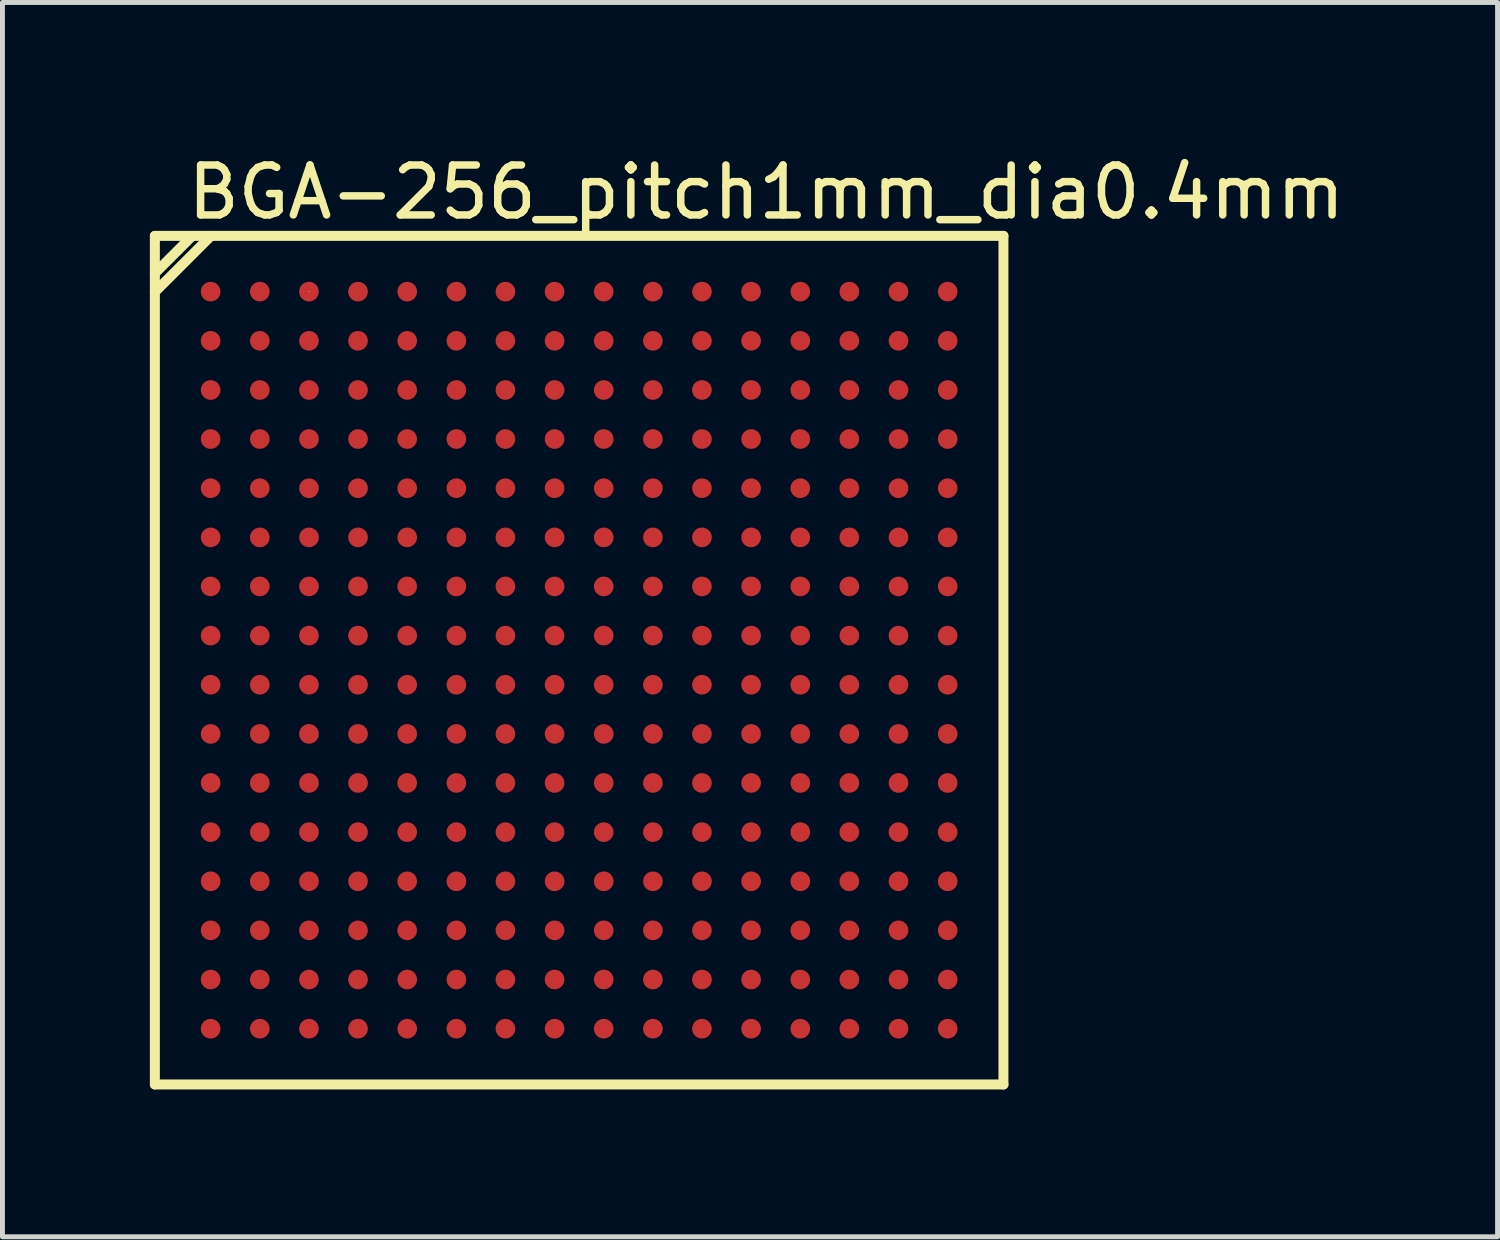
<source format=kicad_pcb>
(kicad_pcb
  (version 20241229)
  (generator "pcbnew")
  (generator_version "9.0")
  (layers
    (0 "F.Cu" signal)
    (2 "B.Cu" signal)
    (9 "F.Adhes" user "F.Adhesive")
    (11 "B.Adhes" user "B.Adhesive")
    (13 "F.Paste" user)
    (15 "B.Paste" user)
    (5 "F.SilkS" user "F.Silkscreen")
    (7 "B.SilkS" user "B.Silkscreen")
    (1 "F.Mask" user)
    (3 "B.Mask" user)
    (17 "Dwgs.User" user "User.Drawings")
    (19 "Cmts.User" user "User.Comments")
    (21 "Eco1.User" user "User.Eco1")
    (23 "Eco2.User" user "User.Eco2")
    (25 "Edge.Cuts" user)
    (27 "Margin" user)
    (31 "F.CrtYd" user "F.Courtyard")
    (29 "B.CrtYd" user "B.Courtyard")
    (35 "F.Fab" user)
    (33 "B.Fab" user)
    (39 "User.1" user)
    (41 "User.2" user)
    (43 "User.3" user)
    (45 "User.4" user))
  (footprint "BGA-256_pitch1mm_dia0.4mm"
    (layer "F.Cu")
    (at 8.738 10.387)
    (property "Reference" "BGA-256_pitch1mm_dia0.4mm" (at 3.81 -9.525 0) (layer "F.SilkS") (effects (font (size 1.016 1.016) (thickness 0.152))))
    (attr smd)
    (fp_line (start -8.636 -8.636) (end 8.636 -8.636) (stroke (width 0.203) (type solid)) (layer "F.SilkS"))
    (fp_line (start -8.636 -7.874) (end -7.874 -8.636) (stroke (width 0.203) (type solid)) (layer "F.SilkS"))
    (fp_line (start -8.636 -7.493) (end -7.493 -8.636) (stroke (width 0.203) (type solid)) (layer "F.SilkS"))
    (fp_line (start -8.636 8.636) (end -8.636 -8.636) (stroke (width 0.203) (type solid)) (layer "F.SilkS"))
    (fp_line (start -5.499 -7.501) (end -5.489 -7.501) (stroke (width 0.013) (type solid)) (layer "F.SilkS"))
    (fp_line (start 8.636 -8.636) (end 8.636 8.636) (stroke (width 0.203) (type solid)) (layer "F.SilkS"))
    (fp_line (start 8.636 8.636) (end -8.636 8.636) (stroke (width 0.203) (type solid)) (layer "F.SilkS"))
    (pad "A1" smd circle (at -7.501 -7.501) (size 0.4 0.4) (layers "F.Cu" "F.Mask" "F.Paste"))
    (pad "A2" smd circle (at -6.5 -7.501) (size 0.4 0.4) (layers "F.Cu" "F.Mask" "F.Paste"))
    (pad "A3" smd circle (at -5.499 -7.501) (size 0.4 0.4) (layers "F.Cu" "F.Mask" "F.Paste"))
    (pad "A4" smd circle (at -4.501 -7.501) (size 0.4 0.4) (layers "F.Cu" "F.Mask" "F.Paste"))
    (pad "A5" smd circle (at -3.5 -7.501) (size 0.4 0.4) (layers "F.Cu" "F.Mask" "F.Paste"))
    (pad "A6" smd circle (at -2.499 -7.501) (size 0.4 0.4) (layers "F.Cu" "F.Mask" "F.Paste"))
    (pad "A7" smd circle (at -1.501 -7.501) (size 0.4 0.4) (layers "F.Cu" "F.Mask" "F.Paste"))
    (pad "A8" smd circle (at -0.5 -7.501) (size 0.4 0.4) (layers "F.Cu" "F.Mask" "F.Paste"))
    (pad "A9" smd circle (at 0.5 -7.501) (size 0.4 0.4) (layers "F.Cu" "F.Mask" "F.Paste"))
    (pad "A10" smd circle (at 1.501 -7.501) (size 0.4 0.4) (layers "F.Cu" "F.Mask" "F.Paste"))
    (pad "A11" smd circle (at 2.499 -7.501) (size 0.4 0.4) (layers "F.Cu" "F.Mask" "F.Paste"))
    (pad "A12" smd circle (at 3.5 -7.501) (size 0.4 0.4) (layers "F.Cu" "F.Mask" "F.Paste"))
    (pad "A13" smd circle (at 4.501 -7.501) (size 0.4 0.4) (layers "F.Cu" "F.Mask" "F.Paste"))
    (pad "A14" smd circle (at 5.499 -7.501) (size 0.4 0.4) (layers "F.Cu" "F.Mask" "F.Paste"))
    (pad "A15" smd circle (at 6.5 -7.501) (size 0.4 0.4) (layers "F.Cu" "F.Mask" "F.Paste"))
    (pad "A16" smd circle (at 7.501 -7.501) (size 0.4 0.4) (layers "F.Cu" "F.Mask" "F.Paste"))
    (pad "B1" smd circle (at -7.501 -6.5) (size 0.4 0.4) (layers "F.Cu" "F.Mask" "F.Paste"))
    (pad "B2" smd circle (at -6.5 -6.5) (size 0.4 0.4) (layers "F.Cu" "F.Mask" "F.Paste"))
    (pad "B3" smd circle (at -5.499 -6.5) (size 0.4 0.4) (layers "F.Cu" "F.Mask" "F.Paste"))
    (pad "B4" smd circle (at -4.501 -6.5) (size 0.4 0.4) (layers "F.Cu" "F.Mask" "F.Paste"))
    (pad "B5" smd circle (at -3.5 -6.5) (size 0.4 0.4) (layers "F.Cu" "F.Mask" "F.Paste"))
    (pad "B6" smd circle (at -2.499 -6.5) (size 0.4 0.4) (layers "F.Cu" "F.Mask" "F.Paste"))
    (pad "B7" smd circle (at -1.501 -6.5) (size 0.4 0.4) (layers "F.Cu" "F.Mask" "F.Paste"))
    (pad "B8" smd circle (at -0.5 -6.5) (size 0.4 0.4) (layers "F.Cu" "F.Mask" "F.Paste"))
    (pad "B9" smd circle (at 0.5 -6.5) (size 0.4 0.4) (layers "F.Cu" "F.Mask" "F.Paste"))
    (pad "B10" smd circle (at 1.501 -6.5) (size 0.4 0.4) (layers "F.Cu" "F.Mask" "F.Paste"))
    (pad "B11" smd circle (at 2.499 -6.5) (size 0.4 0.4) (layers "F.Cu" "F.Mask" "F.Paste"))
    (pad "B12" smd circle (at 3.5 -6.5) (size 0.4 0.4) (layers "F.Cu" "F.Mask" "F.Paste"))
    (pad "B13" smd circle (at 4.501 -6.5) (size 0.4 0.4) (layers "F.Cu" "F.Mask" "F.Paste"))
    (pad "B14" smd circle (at 5.499 -6.5) (size 0.4 0.4) (layers "F.Cu" "F.Mask" "F.Paste"))
    (pad "B15" smd circle (at 6.5 -6.5) (size 0.4 0.4) (layers "F.Cu" "F.Mask" "F.Paste"))
    (pad "B16" smd circle (at 7.501 -6.5) (size 0.4 0.4) (layers "F.Cu" "F.Mask" "F.Paste"))
    (pad "C1" smd circle (at -7.501 -5.499) (size 0.4 0.4) (layers "F.Cu" "F.Mask" "F.Paste"))
    (pad "C2" smd circle (at -6.5 -5.499) (size 0.4 0.4) (layers "F.Cu" "F.Mask" "F.Paste"))
    (pad "C3" smd circle (at -5.499 -5.499) (size 0.4 0.4) (layers "F.Cu" "F.Mask" "F.Paste"))
    (pad "C4" smd circle (at -4.501 -5.499) (size 0.4 0.4) (layers "F.Cu" "F.Mask" "F.Paste"))
    (pad "C5" smd circle (at -3.5 -5.499) (size 0.4 0.4) (layers "F.Cu" "F.Mask" "F.Paste"))
    (pad "C6" smd circle (at -2.499 -5.499) (size 0.4 0.4) (layers "F.Cu" "F.Mask" "F.Paste"))
    (pad "C7" smd circle (at -1.501 -5.499) (size 0.4 0.4) (layers "F.Cu" "F.Mask" "F.Paste"))
    (pad "C8" smd circle (at -0.5 -5.499) (size 0.4 0.4) (layers "F.Cu" "F.Mask" "F.Paste"))
    (pad "C9" smd circle (at 0.5 -5.499) (size 0.4 0.4) (layers "F.Cu" "F.Mask" "F.Paste"))
    (pad "C10" smd circle (at 1.501 -5.499) (size 0.4 0.4) (layers "F.Cu" "F.Mask" "F.Paste"))
    (pad "C11" smd circle (at 2.499 -5.499) (size 0.4 0.4) (layers "F.Cu" "F.Mask" "F.Paste"))
    (pad "C12" smd circle (at 3.5 -5.499) (size 0.4 0.4) (layers "F.Cu" "F.Mask" "F.Paste"))
    (pad "C13" smd circle (at 4.501 -5.499) (size 0.4 0.4) (layers "F.Cu" "F.Mask" "F.Paste"))
    (pad "C14" smd circle (at 5.499 -5.499) (size 0.4 0.4) (layers "F.Cu" "F.Mask" "F.Paste"))
    (pad "C15" smd circle (at 6.5 -5.499) (size 0.4 0.4) (layers "F.Cu" "F.Mask" "F.Paste"))
    (pad "C16" smd circle (at 7.501 -5.499) (size 0.4 0.4) (layers "F.Cu" "F.Mask" "F.Paste"))
    (pad "D1" smd circle (at -7.501 -4.501) (size 0.4 0.4) (layers "F.Cu" "F.Mask" "F.Paste"))
    (pad "D2" smd circle (at -6.5 -4.501) (size 0.4 0.4) (layers "F.Cu" "F.Mask" "F.Paste"))
    (pad "D3" smd circle (at -5.499 -4.501) (size 0.4 0.4) (layers "F.Cu" "F.Mask" "F.Paste"))
    (pad "D4" smd circle (at -4.501 -4.501) (size 0.4 0.4) (layers "F.Cu" "F.Mask" "F.Paste"))
    (pad "D5" smd circle (at -3.5 -4.501) (size 0.4 0.4) (layers "F.Cu" "F.Mask" "F.Paste"))
    (pad "D6" smd circle (at -2.499 -4.501) (size 0.4 0.4) (layers "F.Cu" "F.Mask" "F.Paste"))
    (pad "D7" smd circle (at -1.501 -4.501) (size 0.4 0.4) (layers "F.Cu" "F.Mask" "F.Paste"))
    (pad "D8" smd circle (at -0.5 -4.501) (size 0.4 0.4) (layers "F.Cu" "F.Mask" "F.Paste"))
    (pad "D9" smd circle (at 0.5 -4.501) (size 0.4 0.4) (layers "F.Cu" "F.Mask" "F.Paste"))
    (pad "D10" smd circle (at 1.501 -4.501) (size 0.4 0.4) (layers "F.Cu" "F.Mask" "F.Paste"))
    (pad "D11" smd circle (at 2.499 -4.501) (size 0.4 0.4) (layers "F.Cu" "F.Mask" "F.Paste"))
    (pad "D12" smd circle (at 3.5 -4.501) (size 0.4 0.4) (layers "F.Cu" "F.Mask" "F.Paste"))
    (pad "D13" smd circle (at 4.501 -4.501) (size 0.4 0.4) (layers "F.Cu" "F.Mask" "F.Paste"))
    (pad "D14" smd circle (at 5.499 -4.501) (size 0.4 0.4) (layers "F.Cu" "F.Mask" "F.Paste"))
    (pad "D15" smd circle (at 6.5 -4.501) (size 0.4 0.4) (layers "F.Cu" "F.Mask" "F.Paste"))
    (pad "D16" smd circle (at 7.501 -4.501) (size 0.4 0.4) (layers "F.Cu" "F.Mask" "F.Paste"))
    (pad "E1" smd circle (at -7.501 -3.5) (size 0.4 0.4) (layers "F.Cu" "F.Mask" "F.Paste"))
    (pad "E2" smd circle (at -6.5 -3.5) (size 0.4 0.4) (layers "F.Cu" "F.Mask" "F.Paste"))
    (pad "E3" smd circle (at -5.499 -3.5) (size 0.4 0.4) (layers "F.Cu" "F.Mask" "F.Paste"))
    (pad "E4" smd circle (at -4.501 -3.5) (size 0.4 0.4) (layers "F.Cu" "F.Mask" "F.Paste"))
    (pad "E5" smd circle (at -3.5 -3.5) (size 0.4 0.4) (layers "F.Cu" "F.Mask" "F.Paste"))
    (pad "E6" smd circle (at -2.499 -3.5) (size 0.4 0.4) (layers "F.Cu" "F.Mask" "F.Paste"))
    (pad "E7" smd circle (at -1.501 -3.5) (size 0.4 0.4) (layers "F.Cu" "F.Mask" "F.Paste"))
    (pad "E8" smd circle (at -0.5 -3.5) (size 0.4 0.4) (layers "F.Cu" "F.Mask" "F.Paste"))
    (pad "E9" smd circle (at 0.5 -3.5) (size 0.4 0.4) (layers "F.Cu" "F.Mask" "F.Paste"))
    (pad "E10" smd circle (at 1.501 -3.5) (size 0.4 0.4) (layers "F.Cu" "F.Mask" "F.Paste"))
    (pad "E11" smd circle (at 2.499 -3.5) (size 0.4 0.4) (layers "F.Cu" "F.Mask" "F.Paste"))
    (pad "E12" smd circle (at 3.5 -3.5) (size 0.4 0.4) (layers "F.Cu" "F.Mask" "F.Paste"))
    (pad "E13" smd circle (at 4.501 -3.5) (size 0.4 0.4) (layers "F.Cu" "F.Mask" "F.Paste"))
    (pad "E14" smd circle (at 5.499 -3.5) (size 0.4 0.4) (layers "F.Cu" "F.Mask" "F.Paste"))
    (pad "E15" smd circle (at 6.5 -3.5) (size 0.4 0.4) (layers "F.Cu" "F.Mask" "F.Paste"))
    (pad "E16" smd circle (at 7.501 -3.5) (size 0.4 0.4) (layers "F.Cu" "F.Mask" "F.Paste"))
    (pad "F1" smd circle (at -7.501 -2.499) (size 0.4 0.4) (layers "F.Cu" "F.Mask" "F.Paste"))
    (pad "F2" smd circle (at -6.5 -2.499) (size 0.4 0.4) (layers "F.Cu" "F.Mask" "F.Paste"))
    (pad "F3" smd circle (at -5.499 -2.499) (size 0.4 0.4) (layers "F.Cu" "F.Mask" "F.Paste"))
    (pad "F4" smd circle (at -4.501 -2.499) (size 0.4 0.4) (layers "F.Cu" "F.Mask" "F.Paste"))
    (pad "F5" smd circle (at -3.5 -2.499) (size 0.4 0.4) (layers "F.Cu" "F.Mask" "F.Paste"))
    (pad "F6" smd circle (at -2.499 -2.499) (size 0.4 0.4) (layers "F.Cu" "F.Mask" "F.Paste"))
    (pad "F7" smd circle (at -1.501 -2.499) (size 0.4 0.4) (layers "F.Cu" "F.Mask" "F.Paste"))
    (pad "F8" smd circle (at -0.5 -2.499) (size 0.4 0.4) (layers "F.Cu" "F.Mask" "F.Paste"))
    (pad "F9" smd circle (at 0.5 -2.499) (size 0.4 0.4) (layers "F.Cu" "F.Mask" "F.Paste"))
    (pad "F10" smd circle (at 1.501 -2.499) (size 0.4 0.4) (layers "F.Cu" "F.Mask" "F.Paste"))
    (pad "F11" smd circle (at 2.499 -2.499) (size 0.4 0.4) (layers "F.Cu" "F.Mask" "F.Paste"))
    (pad "F12" smd circle (at 3.5 -2.499) (size 0.4 0.4) (layers "F.Cu" "F.Mask" "F.Paste"))
    (pad "F13" smd circle (at 4.501 -2.499) (size 0.4 0.4) (layers "F.Cu" "F.Mask" "F.Paste"))
    (pad "F14" smd circle (at 5.499 -2.499) (size 0.4 0.4) (layers "F.Cu" "F.Mask" "F.Paste"))
    (pad "F15" smd circle (at 6.5 -2.499) (size 0.4 0.4) (layers "F.Cu" "F.Mask" "F.Paste"))
    (pad "F16" smd circle (at 7.501 -2.499) (size 0.4 0.4) (layers "F.Cu" "F.Mask" "F.Paste"))
    (pad "G1" smd circle (at -7.501 -1.501) (size 0.4 0.4) (layers "F.Cu" "F.Mask" "F.Paste"))
    (pad "G2" smd circle (at -6.5 -1.501) (size 0.4 0.4) (layers "F.Cu" "F.Mask" "F.Paste"))
    (pad "G3" smd circle (at -5.499 -1.501) (size 0.4 0.4) (layers "F.Cu" "F.Mask" "F.Paste"))
    (pad "G4" smd circle (at -4.501 -1.501) (size 0.4 0.4) (layers "F.Cu" "F.Mask" "F.Paste"))
    (pad "G5" smd circle (at -3.5 -1.501) (size 0.4 0.4) (layers "F.Cu" "F.Mask" "F.Paste"))
    (pad "G6" smd circle (at -2.499 -1.501) (size 0.4 0.4) (layers "F.Cu" "F.Mask" "F.Paste"))
    (pad "G7" smd circle (at -1.501 -1.501) (size 0.4 0.4) (layers "F.Cu" "F.Mask" "F.Paste"))
    (pad "G8" smd circle (at -0.5 -1.501) (size 0.4 0.4) (layers "F.Cu" "F.Mask" "F.Paste"))
    (pad "G9" smd circle (at 0.5 -1.501) (size 0.4 0.4) (layers "F.Cu" "F.Mask" "F.Paste"))
    (pad "G10" smd circle (at 1.501 -1.501) (size 0.4 0.4) (layers "F.Cu" "F.Mask" "F.Paste"))
    (pad "G11" smd circle (at 2.499 -1.501) (size 0.4 0.4) (layers "F.Cu" "F.Mask" "F.Paste"))
    (pad "G12" smd circle (at 3.5 -1.501) (size 0.4 0.4) (layers "F.Cu" "F.Mask" "F.Paste"))
    (pad "G13" smd circle (at 4.501 -1.501) (size 0.4 0.4) (layers "F.Cu" "F.Mask" "F.Paste"))
    (pad "G14" smd circle (at 5.499 -1.501) (size 0.4 0.4) (layers "F.Cu" "F.Mask" "F.Paste"))
    (pad "G15" smd circle (at 6.5 -1.501) (size 0.4 0.4) (layers "F.Cu" "F.Mask" "F.Paste"))
    (pad "G16" smd circle (at 7.501 -1.501) (size 0.4 0.4) (layers "F.Cu" "F.Mask" "F.Paste"))
    (pad "H1" smd circle (at -7.501 -0.5) (size 0.4 0.4) (layers "F.Cu" "F.Mask" "F.Paste"))
    (pad "H2" smd circle (at -6.5 -0.5) (size 0.4 0.4) (layers "F.Cu" "F.Mask" "F.Paste"))
    (pad "H3" smd circle (at -5.499 -0.5) (size 0.4 0.4) (layers "F.Cu" "F.Mask" "F.Paste"))
    (pad "H4" smd circle (at -4.501 -0.5) (size 0.4 0.4) (layers "F.Cu" "F.Mask" "F.Paste"))
    (pad "H5" smd circle (at -3.5 -0.5) (size 0.4 0.4) (layers "F.Cu" "F.Mask" "F.Paste"))
    (pad "H6" smd circle (at -2.499 -0.5) (size 0.4 0.4) (layers "F.Cu" "F.Mask" "F.Paste"))
    (pad "H7" smd circle (at -1.501 -0.5) (size 0.4 0.4) (layers "F.Cu" "F.Mask" "F.Paste"))
    (pad "H8" smd circle (at -0.5 -0.5) (size 0.4 0.4) (layers "F.Cu" "F.Mask" "F.Paste"))
    (pad "H9" smd circle (at 0.5 -0.5) (size 0.4 0.4) (layers "F.Cu" "F.Mask" "F.Paste"))
    (pad "H10" smd circle (at 1.501 -0.5) (size 0.4 0.4) (layers "F.Cu" "F.Mask" "F.Paste"))
    (pad "H11" smd circle (at 2.499 -0.5) (size 0.4 0.4) (layers "F.Cu" "F.Mask" "F.Paste"))
    (pad "H12" smd circle (at 3.5 -0.5) (size 0.4 0.4) (layers "F.Cu" "F.Mask" "F.Paste"))
    (pad "H13" smd circle (at 4.501 -0.5) (size 0.4 0.4) (layers "F.Cu" "F.Mask" "F.Paste"))
    (pad "H14" smd circle (at 5.499 -0.5) (size 0.4 0.4) (layers "F.Cu" "F.Mask" "F.Paste"))
    (pad "H15" smd circle (at 6.5 -0.5) (size 0.4 0.4) (layers "F.Cu" "F.Mask" "F.Paste"))
    (pad "H16" smd circle (at 7.501 -0.5) (size 0.4 0.4) (layers "F.Cu" "F.Mask" "F.Paste"))
    (pad "J1" smd circle (at -7.501 0.5) (size 0.4 0.4) (layers "F.Cu" "F.Mask" "F.Paste"))
    (pad "J2" smd circle (at -6.5 0.5) (size 0.4 0.4) (layers "F.Cu" "F.Mask" "F.Paste"))
    (pad "J3" smd circle (at -5.499 0.5) (size 0.4 0.4) (layers "F.Cu" "F.Mask" "F.Paste"))
    (pad "J4" smd circle (at -4.501 0.5) (size 0.4 0.4) (layers "F.Cu" "F.Mask" "F.Paste"))
    (pad "J5" smd circle (at -3.5 0.5) (size 0.4 0.4) (layers "F.Cu" "F.Mask" "F.Paste"))
    (pad "J6" smd circle (at -2.499 0.5) (size 0.4 0.4) (layers "F.Cu" "F.Mask" "F.Paste"))
    (pad "J7" smd circle (at -1.501 0.5) (size 0.4 0.4) (layers "F.Cu" "F.Mask" "F.Paste"))
    (pad "J8" smd circle (at -0.5 0.5) (size 0.4 0.4) (layers "F.Cu" "F.Mask" "F.Paste"))
    (pad "J9" smd circle (at 0.5 0.5) (size 0.4 0.4) (layers "F.Cu" "F.Mask" "F.Paste"))
    (pad "J10" smd circle (at 1.501 0.5) (size 0.4 0.4) (layers "F.Cu" "F.Mask" "F.Paste"))
    (pad "J11" smd circle (at 2.499 0.5) (size 0.4 0.4) (layers "F.Cu" "F.Mask" "F.Paste"))
    (pad "J12" smd circle (at 3.5 0.5) (size 0.4 0.4) (layers "F.Cu" "F.Mask" "F.Paste"))
    (pad "J13" smd circle (at 4.501 0.5) (size 0.4 0.4) (layers "F.Cu" "F.Mask" "F.Paste"))
    (pad "J14" smd circle (at 5.499 0.5) (size 0.4 0.4) (layers "F.Cu" "F.Mask" "F.Paste"))
    (pad "J15" smd circle (at 6.5 0.5) (size 0.4 0.4) (layers "F.Cu" "F.Mask" "F.Paste"))
    (pad "J16" smd circle (at 7.501 0.5) (size 0.4 0.4) (layers "F.Cu" "F.Mask" "F.Paste"))
    (pad "K1" smd circle (at -7.501 1.501) (size 0.4 0.4) (layers "F.Cu" "F.Mask" "F.Paste"))
    (pad "K2" smd circle (at -6.5 1.501) (size 0.4 0.4) (layers "F.Cu" "F.Mask" "F.Paste"))
    (pad "K3" smd circle (at -5.499 1.501) (size 0.4 0.4) (layers "F.Cu" "F.Mask" "F.Paste"))
    (pad "K4" smd circle (at -4.501 1.501) (size 0.4 0.4) (layers "F.Cu" "F.Mask" "F.Paste"))
    (pad "K5" smd circle (at -3.5 1.501) (size 0.4 0.4) (layers "F.Cu" "F.Mask" "F.Paste"))
    (pad "K6" smd circle (at -2.499 1.501) (size 0.4 0.4) (layers "F.Cu" "F.Mask" "F.Paste"))
    (pad "K7" smd circle (at -1.501 1.501) (size 0.4 0.4) (layers "F.Cu" "F.Mask" "F.Paste"))
    (pad "K8" smd circle (at -0.5 1.501) (size 0.4 0.4) (layers "F.Cu" "F.Mask" "F.Paste"))
    (pad "K9" smd circle (at 0.5 1.501) (size 0.4 0.4) (layers "F.Cu" "F.Mask" "F.Paste"))
    (pad "K10" smd circle (at 1.501 1.501) (size 0.4 0.4) (layers "F.Cu" "F.Mask" "F.Paste"))
    (pad "K11" smd circle (at 2.499 1.501) (size 0.4 0.4) (layers "F.Cu" "F.Mask" "F.Paste"))
    (pad "K12" smd circle (at 3.5 1.501) (size 0.4 0.4) (layers "F.Cu" "F.Mask" "F.Paste"))
    (pad "K13" smd circle (at 4.501 1.501) (size 0.4 0.4) (layers "F.Cu" "F.Mask" "F.Paste"))
    (pad "K14" smd circle (at 5.499 1.501) (size 0.4 0.4) (layers "F.Cu" "F.Mask" "F.Paste"))
    (pad "K15" smd circle (at 6.5 1.501) (size 0.4 0.4) (layers "F.Cu" "F.Mask" "F.Paste"))
    (pad "K16" smd circle (at 7.501 1.501) (size 0.4 0.4) (layers "F.Cu" "F.Mask" "F.Paste"))
    (pad "L1" smd circle (at -7.501 2.499) (size 0.4 0.4) (layers "F.Cu" "F.Mask" "F.Paste"))
    (pad "L2" smd circle (at -6.5 2.499) (size 0.4 0.4) (layers "F.Cu" "F.Mask" "F.Paste"))
    (pad "L3" smd circle (at -5.499 2.499) (size 0.4 0.4) (layers "F.Cu" "F.Mask" "F.Paste"))
    (pad "L4" smd circle (at -4.501 2.499) (size 0.4 0.4) (layers "F.Cu" "F.Mask" "F.Paste"))
    (pad "L5" smd circle (at -3.5 2.499) (size 0.4 0.4) (layers "F.Cu" "F.Mask" "F.Paste"))
    (pad "L6" smd circle (at -2.499 2.499) (size 0.4 0.4) (layers "F.Cu" "F.Mask" "F.Paste"))
    (pad "L7" smd circle (at -1.501 2.499) (size 0.4 0.4) (layers "F.Cu" "F.Mask" "F.Paste"))
    (pad "L8" smd circle (at -0.5 2.499) (size 0.4 0.4) (layers "F.Cu" "F.Mask" "F.Paste"))
    (pad "L9" smd circle (at 0.5 2.499) (size 0.4 0.4) (layers "F.Cu" "F.Mask" "F.Paste"))
    (pad "L10" smd circle (at 1.501 2.499) (size 0.4 0.4) (layers "F.Cu" "F.Mask" "F.Paste"))
    (pad "L11" smd circle (at 2.499 2.499) (size 0.4 0.4) (layers "F.Cu" "F.Mask" "F.Paste"))
    (pad "L12" smd circle (at 3.5 2.499) (size 0.4 0.4) (layers "F.Cu" "F.Mask" "F.Paste"))
    (pad "L13" smd circle (at 4.501 2.499) (size 0.4 0.4) (layers "F.Cu" "F.Mask" "F.Paste"))
    (pad "L14" smd circle (at 5.499 2.499) (size 0.4 0.4) (layers "F.Cu" "F.Mask" "F.Paste"))
    (pad "L15" smd circle (at 6.5 2.499) (size 0.4 0.4) (layers "F.Cu" "F.Mask" "F.Paste"))
    (pad "L16" smd circle (at 7.501 2.499) (size 0.4 0.4) (layers "F.Cu" "F.Mask" "F.Paste"))
    (pad "M1" smd circle (at -7.501 3.5) (size 0.4 0.4) (layers "F.Cu" "F.Mask" "F.Paste"))
    (pad "M2" smd circle (at -6.5 3.5) (size 0.4 0.4) (layers "F.Cu" "F.Mask" "F.Paste"))
    (pad "M3" smd circle (at -5.499 3.5) (size 0.4 0.4) (layers "F.Cu" "F.Mask" "F.Paste"))
    (pad "M4" smd circle (at -4.501 3.5) (size 0.4 0.4) (layers "F.Cu" "F.Mask" "F.Paste"))
    (pad "M5" smd circle (at -3.5 3.5) (size 0.4 0.4) (layers "F.Cu" "F.Mask" "F.Paste"))
    (pad "M6" smd circle (at -2.499 3.5) (size 0.4 0.4) (layers "F.Cu" "F.Mask" "F.Paste"))
    (pad "M7" smd circle (at -1.501 3.5) (size 0.4 0.4) (layers "F.Cu" "F.Mask" "F.Paste"))
    (pad "M8" smd circle (at -0.5 3.5) (size 0.4 0.4) (layers "F.Cu" "F.Mask" "F.Paste"))
    (pad "M9" smd circle (at 0.5 3.5) (size 0.4 0.4) (layers "F.Cu" "F.Mask" "F.Paste"))
    (pad "M10" smd circle (at 1.501 3.5) (size 0.4 0.4) (layers "F.Cu" "F.Mask" "F.Paste"))
    (pad "M11" smd circle (at 2.499 3.5) (size 0.4 0.4) (layers "F.Cu" "F.Mask" "F.Paste"))
    (pad "M12" smd circle (at 3.5 3.5) (size 0.4 0.4) (layers "F.Cu" "F.Mask" "F.Paste"))
    (pad "M13" smd circle (at 4.501 3.5) (size 0.4 0.4) (layers "F.Cu" "F.Mask" "F.Paste"))
    (pad "M14" smd circle (at 5.499 3.5) (size 0.4 0.4) (layers "F.Cu" "F.Mask" "F.Paste"))
    (pad "M15" smd circle (at 6.5 3.5) (size 0.4 0.4) (layers "F.Cu" "F.Mask" "F.Paste"))
    (pad "M16" smd circle (at 7.501 3.5) (size 0.4 0.4) (layers "F.Cu" "F.Mask" "F.Paste"))
    (pad "N1" smd circle (at -7.501 4.501) (size 0.4 0.4) (layers "F.Cu" "F.Mask" "F.Paste"))
    (pad "N2" smd circle (at -6.5 4.501) (size 0.4 0.4) (layers "F.Cu" "F.Mask" "F.Paste"))
    (pad "N3" smd circle (at -5.499 4.501) (size 0.4 0.4) (layers "F.Cu" "F.Mask" "F.Paste"))
    (pad "N4" smd circle (at -4.501 4.501) (size 0.4 0.4) (layers "F.Cu" "F.Mask" "F.Paste"))
    (pad "N5" smd circle (at -3.5 4.501) (size 0.4 0.4) (layers "F.Cu" "F.Mask" "F.Paste"))
    (pad "N6" smd circle (at -2.499 4.501) (size 0.4 0.4) (layers "F.Cu" "F.Mask" "F.Paste"))
    (pad "N7" smd circle (at -1.501 4.501) (size 0.4 0.4) (layers "F.Cu" "F.Mask" "F.Paste"))
    (pad "N8" smd circle (at -0.5 4.501) (size 0.4 0.4) (layers "F.Cu" "F.Mask" "F.Paste"))
    (pad "N9" smd circle (at 0.5 4.501) (size 0.4 0.4) (layers "F.Cu" "F.Mask" "F.Paste"))
    (pad "N10" smd circle (at 1.501 4.501) (size 0.4 0.4) (layers "F.Cu" "F.Mask" "F.Paste"))
    (pad "N11" smd circle (at 2.499 4.501) (size 0.4 0.4) (layers "F.Cu" "F.Mask" "F.Paste"))
    (pad "N12" smd circle (at 3.5 4.501) (size 0.4 0.4) (layers "F.Cu" "F.Mask" "F.Paste"))
    (pad "N13" smd circle (at 4.501 4.501) (size 0.4 0.4) (layers "F.Cu" "F.Mask" "F.Paste"))
    (pad "N14" smd circle (at 5.499 4.501) (size 0.4 0.4) (layers "F.Cu" "F.Mask" "F.Paste"))
    (pad "N15" smd circle (at 6.5 4.501) (size 0.4 0.4) (layers "F.Cu" "F.Mask" "F.Paste"))
    (pad "N16" smd circle (at 7.501 4.501) (size 0.4 0.4) (layers "F.Cu" "F.Mask" "F.Paste"))
    (pad "P1" smd circle (at -7.501 5.499) (size 0.4 0.4) (layers "F.Cu" "F.Mask" "F.Paste"))
    (pad "P2" smd circle (at -6.5 5.499) (size 0.4 0.4) (layers "F.Cu" "F.Mask" "F.Paste"))
    (pad "P3" smd circle (at -5.499 5.499) (size 0.4 0.4) (layers "F.Cu" "F.Mask" "F.Paste"))
    (pad "P4" smd circle (at -4.501 5.499) (size 0.4 0.4) (layers "F.Cu" "F.Mask" "F.Paste"))
    (pad "P5" smd circle (at -3.5 5.499) (size 0.4 0.4) (layers "F.Cu" "F.Mask" "F.Paste"))
    (pad "P6" smd circle (at -2.499 5.499) (size 0.4 0.4) (layers "F.Cu" "F.Mask" "F.Paste"))
    (pad "P7" smd circle (at -1.501 5.499) (size 0.4 0.4) (layers "F.Cu" "F.Mask" "F.Paste"))
    (pad "P8" smd circle (at -0.5 5.499) (size 0.4 0.4) (layers "F.Cu" "F.Mask" "F.Paste"))
    (pad "P9" smd circle (at 0.5 5.499) (size 0.4 0.4) (layers "F.Cu" "F.Mask" "F.Paste"))
    (pad "P10" smd circle (at 1.501 5.499) (size 0.4 0.4) (layers "F.Cu" "F.Mask" "F.Paste"))
    (pad "P11" smd circle (at 2.499 5.499) (size 0.4 0.4) (layers "F.Cu" "F.Mask" "F.Paste"))
    (pad "P12" smd circle (at 3.5 5.499) (size 0.4 0.4) (layers "F.Cu" "F.Mask" "F.Paste"))
    (pad "P13" smd circle (at 4.501 5.499) (size 0.4 0.4) (layers "F.Cu" "F.Mask" "F.Paste"))
    (pad "P14" smd circle (at 5.499 5.499) (size 0.4 0.4) (layers "F.Cu" "F.Mask" "F.Paste"))
    (pad "P15" smd circle (at 6.5 5.499) (size 0.4 0.4) (layers "F.Cu" "F.Mask" "F.Paste"))
    (pad "P16" smd circle (at 7.501 5.499) (size 0.4 0.4) (layers "F.Cu" "F.Mask" "F.Paste"))
    (pad "R1" smd circle (at -7.501 6.5) (size 0.4 0.4) (layers "F.Cu" "F.Mask" "F.Paste"))
    (pad "R2" smd circle (at -6.5 6.5) (size 0.4 0.4) (layers "F.Cu" "F.Mask" "F.Paste"))
    (pad "R3" smd circle (at -5.499 6.5) (size 0.4 0.4) (layers "F.Cu" "F.Mask" "F.Paste"))
    (pad "R4" smd circle (at -4.501 6.5) (size 0.4 0.4) (layers "F.Cu" "F.Mask" "F.Paste"))
    (pad "R5" smd circle (at -3.5 6.5) (size 0.4 0.4) (layers "F.Cu" "F.Mask" "F.Paste"))
    (pad "R6" smd circle (at -2.499 6.5) (size 0.4 0.4) (layers "F.Cu" "F.Mask" "F.Paste"))
    (pad "R7" smd circle (at -1.501 6.5) (size 0.4 0.4) (layers "F.Cu" "F.Mask" "F.Paste"))
    (pad "R8" smd circle (at -0.5 6.5) (size 0.4 0.4) (layers "F.Cu" "F.Mask" "F.Paste"))
    (pad "R9" smd circle (at 0.5 6.5) (size 0.4 0.4) (layers "F.Cu" "F.Mask" "F.Paste"))
    (pad "R10" smd circle (at 1.501 6.5) (size 0.4 0.4) (layers "F.Cu" "F.Mask" "F.Paste"))
    (pad "R11" smd circle (at 2.499 6.5) (size 0.4 0.4) (layers "F.Cu" "F.Mask" "F.Paste"))
    (pad "R12" smd circle (at 3.5 6.5) (size 0.4 0.4) (layers "F.Cu" "F.Mask" "F.Paste"))
    (pad "R13" smd circle (at 4.501 6.5) (size 0.4 0.4) (layers "F.Cu" "F.Mask" "F.Paste"))
    (pad "R14" smd circle (at 5.499 6.5) (size 0.4 0.4) (layers "F.Cu" "F.Mask" "F.Paste"))
    (pad "R15" smd circle (at 6.5 6.5) (size 0.4 0.4) (layers "F.Cu" "F.Mask" "F.Paste"))
    (pad "R16" smd circle (at 7.501 6.5) (size 0.4 0.4) (layers "F.Cu" "F.Mask" "F.Paste"))
    (pad "T1" smd circle (at -7.501 7.501) (size 0.4 0.4) (layers "F.Cu" "F.Mask" "F.Paste"))
    (pad "T2" smd circle (at -6.5 7.501) (size 0.4 0.4) (layers "F.Cu" "F.Mask" "F.Paste"))
    (pad "T3" smd circle (at -5.499 7.501) (size 0.4 0.4) (layers "F.Cu" "F.Mask" "F.Paste"))
    (pad "T4" smd circle (at -4.501 7.501) (size 0.4 0.4) (layers "F.Cu" "F.Mask" "F.Paste"))
    (pad "T5" smd circle (at -3.5 7.501) (size 0.4 0.4) (layers "F.Cu" "F.Mask" "F.Paste"))
    (pad "T6" smd circle (at -2.499 7.501) (size 0.4 0.4) (layers "F.Cu" "F.Mask" "F.Paste"))
    (pad "T7" smd circle (at -1.501 7.501) (size 0.4 0.4) (layers "F.Cu" "F.Mask" "F.Paste"))
    (pad "T8" smd circle (at -0.5 7.501) (size 0.4 0.4) (layers "F.Cu" "F.Mask" "F.Paste"))
    (pad "T9" smd circle (at 0.5 7.501) (size 0.4 0.4) (layers "F.Cu" "F.Mask" "F.Paste"))
    (pad "T10" smd circle (at 1.501 7.501) (size 0.4 0.4) (layers "F.Cu" "F.Mask" "F.Paste"))
    (pad "T11" smd circle (at 2.499 7.501) (size 0.4 0.4) (layers "F.Cu" "F.Mask" "F.Paste"))
    (pad "T12" smd circle (at 3.5 7.501) (size 0.4 0.4) (layers "F.Cu" "F.Mask" "F.Paste"))
    (pad "T13" smd circle (at 4.501 7.501) (size 0.4 0.4) (layers "F.Cu" "F.Mask" "F.Paste"))
    (pad "T14" smd circle (at 5.499 7.501) (size 0.4 0.4) (layers "F.Cu" "F.Mask" "F.Paste"))
    (pad "T15" smd circle (at 6.5 7.501) (size 0.4 0.4) (layers "F.Cu" "F.Mask" "F.Paste"))
    (pad "T16" smd circle (at 7.501 7.501) (size 0.4 0.4) (layers "F.Cu" "F.Mask" "F.Paste")))
  (gr_rect
    (start -3 -3)
    (end 27.431 22.124)
    (stroke (width 0.1) (type default))
    (fill no)
    (layer "Edge.Cuts")))
</source>
